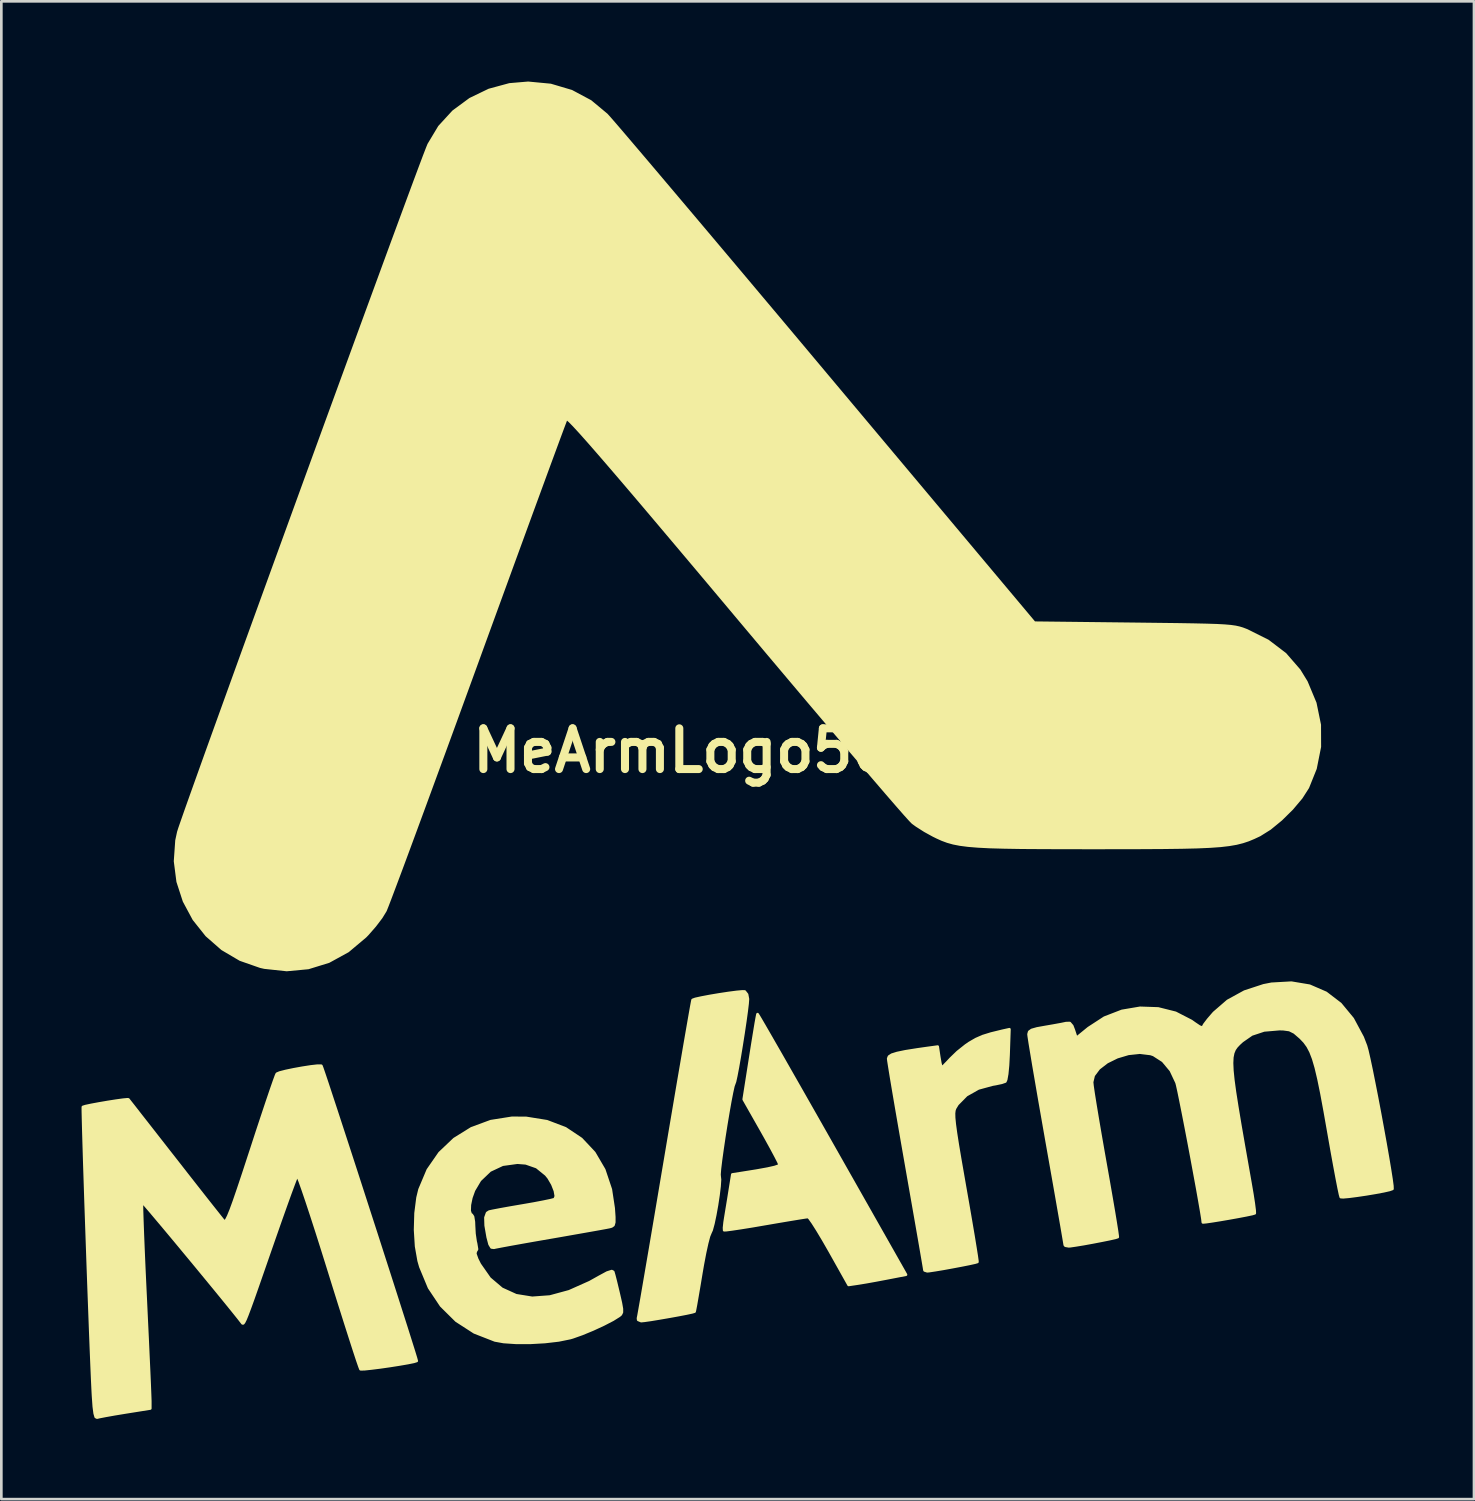
<source format=kicad_pcb>
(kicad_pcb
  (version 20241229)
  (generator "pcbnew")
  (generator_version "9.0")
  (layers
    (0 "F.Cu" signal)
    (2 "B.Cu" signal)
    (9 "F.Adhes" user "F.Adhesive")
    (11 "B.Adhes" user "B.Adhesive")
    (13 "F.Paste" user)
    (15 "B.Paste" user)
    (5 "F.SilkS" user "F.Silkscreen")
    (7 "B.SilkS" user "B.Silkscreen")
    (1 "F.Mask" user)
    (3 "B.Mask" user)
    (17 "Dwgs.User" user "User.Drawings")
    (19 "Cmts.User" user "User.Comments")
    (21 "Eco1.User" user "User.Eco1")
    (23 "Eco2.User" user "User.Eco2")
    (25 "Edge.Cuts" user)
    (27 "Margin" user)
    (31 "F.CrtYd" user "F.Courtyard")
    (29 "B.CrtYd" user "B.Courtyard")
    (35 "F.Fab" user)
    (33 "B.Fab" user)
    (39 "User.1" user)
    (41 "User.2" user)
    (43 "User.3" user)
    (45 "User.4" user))
  (footprint "MeArmLogo50mm"
    (layer "F.Cu")
    (at 24.499 25.026)
    (property "Reference" "MeArmLogo50mm" (at 0 0 0) (layer "F.SilkS") (effects (font (size 1.524 1.524) (thickness 0.3))))
    (attr through_hole)
    (fp_poly (pts (xy 6.337 19.6) (xy 5.603 19.742) (xy 5.221 19.814) (xy 4.86 19.879) (xy 4.582 19.925) (xy 4.53 19.933) (xy 4.191 19.983) (xy 3.478 18.712) (xy 3.239 18.296) (xy 3.024 17.937) (xy 2.848 17.66) (xy 2.725 17.487) (xy 2.675 17.441) (xy 2.567 17.455) (xy 2.32 17.494) (xy 1.963 17.553) (xy 1.524 17.627) (xy 1.076 17.704) (xy 0.593 17.787) (xy 0.17 17.855) (xy -0.165 17.905) (xy -0.385 17.934) (xy -0.463 17.937) (xy -0.467 17.844) (xy -0.445 17.638) (xy -0.421 17.484) (xy -0.37 17.172) (xy -0.306 16.784) (xy -0.254 16.456) (xy -0.157 15.852) (xy 0.196 15.797) (xy 0.753 15.708) (xy 1.156 15.635) (xy 1.423 15.575) (xy 1.568 15.525) (xy 1.609 15.485) (xy 1.569 15.389) (xy 1.459 15.173) (xy 1.293 14.863) (xy 1.085 14.486) (xy 0.939 14.226) (xy 0.268 13.044) (xy 0.517 11.459) (xy 0.595 10.964) (xy 0.666 10.529) (xy 0.723 10.183) (xy 0.765 9.95) (xy 0.784 9.857) (xy 0.785 9.856) (xy 0.829 9.925) (xy 0.949 10.128) (xy 1.139 10.456) (xy 1.391 10.894) (xy 1.7 11.431) (xy 2.056 12.056) (xy 2.455 12.755) (xy 2.889 13.518) (xy 3.351 14.331) (xy 3.571 14.719) (xy 6.337 19.6)) (stroke (width 0.1) (type solid)) (fill yes) (layer "F.SilkS"))
    (fp_poly (pts (xy 10.205 10.421) (xy 10.173 11.37) (xy 10.152 11.768) (xy 10.121 12.091) (xy 10.083 12.305) (xy 10.052 12.375) (xy 9.919 12.421) (xy 9.688 12.47) (xy 9.576 12.489) (xy 9.045 12.634) (xy 8.597 12.887) (xy 8.263 13.227) (xy 8.172 13.377) (xy 8.145 13.454) (xy 8.132 13.567) (xy 8.136 13.733) (xy 8.159 13.969) (xy 8.203 14.294) (xy 8.27 14.724) (xy 8.363 15.278) (xy 8.484 15.973) (xy 8.548 16.341) (xy 8.664 17.001) (xy 8.768 17.606) (xy 8.858 18.136) (xy 8.929 18.572) (xy 8.98 18.894) (xy 9.006 19.082) (xy 9.008 19.123) (xy 8.921 19.149) (xy 8.708 19.196) (xy 8.411 19.255) (xy 8.072 19.319) (xy 7.732 19.381) (xy 7.432 19.431) (xy 7.214 19.464) (xy 7.133 19.472) (xy 7.035 19.441) (xy 7.027 19.422) (xy 7.013 19.331) (xy 6.972 19.089) (xy 6.908 18.715) (xy 6.823 18.223) (xy 6.72 17.632) (xy 6.602 16.958) (xy 6.472 16.217) (xy 6.35 15.521) (xy 6.212 14.731) (xy 6.083 13.989) (xy 5.966 13.312) (xy 5.865 12.718) (xy 5.782 12.224) (xy 5.721 11.847) (xy 5.683 11.604) (xy 5.673 11.517) (xy 5.703 11.44) (xy 5.807 11.373) (xy 6.006 11.311) (xy 6.319 11.246) (xy 6.768 11.175) (xy 7.126 11.124) (xy 7.522 11.07) (xy 7.581 11.462) (xy 7.621 11.692) (xy 7.659 11.833) (xy 7.672 11.853) (xy 7.742 11.796) (xy 7.887 11.649) (xy 8.006 11.521) (xy 8.266 11.27) (xy 8.576 11.023) (xy 8.704 10.935) (xy 8.952 10.791) (xy 9.207 10.679) (xy 9.521 10.582) (xy 9.946 10.478) (xy 9.992 10.468) (xy 10.205 10.421)) (stroke (width 0.1) (type solid)) (fill yes) (layer "F.SilkS"))
    (fp_poly (pts (xy 0.424 9.29) (xy 0.411 9.465) (xy 0.376 9.758) (xy 0.324 10.136) (xy 0.26 10.566) (xy 0.189 11.016) (xy 0.117 11.454) (xy 0.048 11.849) (xy -0.013 12.167) (xy -0.059 12.377) (xy -0.084 12.446) (xy -0.119 12.543) (xy -0.171 12.777) (xy -0.237 13.117) (xy -0.31 13.531) (xy -0.387 13.99) (xy -0.461 14.46) (xy -0.528 14.913) (xy -0.584 15.316) (xy -0.623 15.639) (xy -0.64 15.85) (xy -0.635 15.917) (xy -0.621 16.044) (xy -0.637 16.294) (xy -0.677 16.626) (xy -0.733 16.997) (xy -0.799 17.366) (xy -0.868 17.692) (xy -0.933 17.931) (xy -0.981 18.037) (xy -1.032 18.161) (xy -1.101 18.422) (xy -1.181 18.788) (xy -1.265 19.229) (xy -1.322 19.561) (xy -1.399 20.025) (xy -1.468 20.427) (xy -1.522 20.738) (xy -1.559 20.931) (xy -1.571 20.981) (xy -1.658 21.007) (xy -1.872 21.053) (xy -2.173 21.111) (xy -2.521 21.174) (xy -2.875 21.235) (xy -3.195 21.288) (xy -3.44 21.323) (xy -3.568 21.336) (xy -3.678 21.29) (xy -3.685 21.23) (xy -3.665 21.131) (xy -3.62 20.878) (xy -3.551 20.486) (xy -3.462 19.968) (xy -3.354 19.337) (xy -3.229 18.607) (xy -3.091 17.793) (xy -2.941 16.906) (xy -2.782 15.962) (xy -2.66 15.24) (xy -2.496 14.264) (xy -2.339 13.338) (xy -2.193 12.475) (xy -2.058 11.689) (xy -1.939 10.992) (xy -1.836 10.399) (xy -1.753 9.922) (xy -1.692 9.576) (xy -1.654 9.373) (xy -1.643 9.324) (xy -1.543 9.287) (xy -1.317 9.237) (xy -1.007 9.178) (xy -0.657 9.119) (xy -0.308 9.066) (xy -0.002 9.026) (xy 0.218 9.006) (xy 0.306 9.009) (xy 0.392 9.118) (xy 0.424 9.29)) (stroke (width 0.1) (type solid)) (fill yes) (layer "F.SilkS"))
    (fp_poly (pts (xy -4.29 20.878) (xy -4.29 21.008) (xy -4.329 21.087) (xy -4.384 21.135) (xy -4.623 21.285) (xy -4.969 21.464) (xy -5.371 21.65) (xy -5.775 21.817) (xy -6.13 21.943) (xy -6.223 21.97) (xy -6.651 22.057) (xy -7.165 22.117) (xy -7.713 22.148) (xy -8.245 22.148) (xy -8.71 22.117) (xy -9.037 22.058) (xy -9.808 21.757) (xy -10.483 21.321) (xy -11.05 20.76) (xy -11.5 20.086) (xy -11.824 19.307) (xy -11.889 19.08) (xy -11.984 18.54) (xy -12.022 17.924) (xy -12.004 17.296) (xy -11.931 16.722) (xy -11.856 16.413) (xy -11.547 15.681) (xy -11.109 15.049) (xy -10.559 14.527) (xy -9.915 14.127) (xy -9.192 13.86) (xy -8.407 13.736) (xy -7.876 13.737) (xy -7.093 13.863) (xy -6.4 14.127) (xy -5.807 14.523) (xy -5.321 15.041) (xy -4.951 15.673) (xy -4.704 16.41) (xy -4.598 17.111) (xy -4.575 17.442) (xy -4.575 17.641) (xy -4.604 17.747) (xy -4.672 17.795) (xy -4.75 17.817) (xy -4.889 17.844) (xy -5.169 17.895) (xy -5.563 17.965) (xy -6.046 18.05) (xy -6.591 18.146) (xy -6.943 18.207) (xy -7.509 18.305) (xy -8.024 18.396) (xy -8.464 18.475) (xy -8.802 18.538) (xy -9.015 18.579) (xy -9.073 18.592) (xy -9.166 18.581) (xy -9.237 18.463) (xy -9.304 18.208) (xy -9.306 18.202) (xy -9.382 17.763) (xy -9.391 17.464) (xy -9.33 17.292) (xy -9.25 17.241) (xy -9.114 17.212) (xy -8.847 17.161) (xy -8.486 17.096) (xy -8.068 17.024) (xy -8.001 17.013) (xy -7.583 16.94) (xy -7.222 16.871) (xy -6.954 16.815) (xy -6.811 16.778) (xy -6.802 16.774) (xy -6.758 16.665) (xy -6.793 16.464) (xy -6.889 16.219) (xy -7.029 15.979) (xy -7.126 15.859) (xy -7.475 15.576) (xy -7.881 15.434) (xy -8.198 15.409) (xy -8.75 15.485) (xy -9.221 15.706) (xy -9.597 16.065) (xy -9.823 16.446) (xy -9.921 16.72) (xy -9.977 16.99) (xy -9.985 17.213) (xy -9.943 17.341) (xy -9.906 17.357) (xy -9.857 17.433) (xy -9.826 17.626) (xy -9.821 17.759) (xy -9.804 18.07) (xy -9.762 18.358) (xy -9.744 18.432) (xy -9.708 18.65) (xy -9.758 18.733) (xy -9.773 18.818) (xy -9.703 19.016) (xy -9.605 19.212) (xy -9.234 19.742) (xy -8.778 20.129) (xy -8.246 20.371) (xy -7.644 20.468) (xy -6.979 20.419) (xy -6.259 20.223) (xy -5.49 19.88) (xy -5.14 19.684) (xy -4.843 19.523) (xy -4.668 19.467) (xy -4.613 19.496) (xy -4.577 19.622) (xy -4.514 19.868) (xy -4.437 20.188) (xy -4.407 20.313) (xy -4.328 20.659) (xy -4.29 20.878)) (stroke (width 0.1) (type solid)) (fill yes) (layer "F.SilkS"))
    (fp_poly (pts (xy -11.963 22.826) (xy -12.068 22.859) (xy -12.296 22.905) (xy -12.609 22.959) (xy -12.966 23.015) (xy -13.329 23.067) (xy -13.657 23.108) (xy -13.91 23.135) (xy -14.05 23.139) (xy -14.065 23.135) (xy -14.101 23.043) (xy -14.183 22.806) (xy -14.303 22.441) (xy -14.457 21.963) (xy -14.64 21.39) (xy -14.846 20.738) (xy -15.07 20.023) (xy -15.248 19.45) (xy -15.481 18.705) (xy -15.7 18.014) (xy -15.901 17.393) (xy -16.077 16.859) (xy -16.224 16.427) (xy -16.336 16.112) (xy -16.409 15.932) (xy -16.434 15.894) (xy -16.476 15.987) (xy -16.566 16.221) (xy -16.698 16.577) (xy -16.863 17.036) (xy -17.056 17.579) (xy -17.269 18.187) (xy -17.434 18.66) (xy -17.695 19.411) (xy -17.906 20.017) (xy -18.073 20.492) (xy -18.203 20.851) (xy -18.3 21.109) (xy -18.37 21.28) (xy -18.42 21.379) (xy -18.453 21.421) (xy -18.477 21.421) (xy -18.484 21.414) (xy -18.629 21.227) (xy -18.852 20.949) (xy -19.139 20.595) (xy -19.474 20.185) (xy -19.843 19.736) (xy -20.23 19.266) (xy -20.622 18.793) (xy -21.002 18.334) (xy -21.357 17.909) (xy -21.672 17.534) (xy -21.931 17.227) (xy -22.12 17.007) (xy -22.224 16.891) (xy -22.24 16.878) (xy -22.243 16.967) (xy -22.239 17.207) (xy -22.227 17.582) (xy -22.209 18.073) (xy -22.185 18.662) (xy -22.156 19.333) (xy -22.122 20.067) (xy -22.101 20.5) (xy -22.065 21.272) (xy -22.03 22) (xy -22 22.663) (xy -21.973 23.244) (xy -21.952 23.722) (xy -21.938 24.079) (xy -21.93 24.296) (xy -21.929 24.346) (xy -21.929 24.605) (xy -22.871 24.755) (xy -23.259 24.819) (xy -23.59 24.878) (xy -23.824 24.923) (xy -23.919 24.946) (xy -23.968 24.921) (xy -24.006 24.791) (xy -24.039 24.538) (xy -24.067 24.143) (xy -24.08 23.902) (xy -24.099 23.505) (xy -24.121 22.993) (xy -24.146 22.384) (xy -24.173 21.695) (xy -24.201 20.944) (xy -24.231 20.148) (xy -24.261 19.325) (xy -24.29 18.49) (xy -24.319 17.662) (xy -24.347 16.858) (xy -24.372 16.095) (xy -24.395 15.39) (xy -24.414 14.761) (xy -24.43 14.225) (xy -24.441 13.799) (xy -24.448 13.5) (xy -24.449 13.345) (xy -24.447 13.327) (xy -24.352 13.297) (xy -24.136 13.251) (xy -23.844 13.197) (xy -23.519 13.141) (xy -23.204 13.092) (xy -22.943 13.056) (xy -22.78 13.041) (xy -22.747 13.045) (xy -22.69 13.118) (xy -22.54 13.308) (xy -22.312 13.601) (xy -22.016 13.979) (xy -21.666 14.427) (xy -21.274 14.929) (xy -20.997 15.282) (xy -20.58 15.816) (xy -20.193 16.31) (xy -19.849 16.748) (xy -19.561 17.112) (xy -19.343 17.387) (xy -19.208 17.556) (xy -19.171 17.601) (xy -19.134 17.608) (xy -19.083 17.549) (xy -19.013 17.412) (xy -18.919 17.182) (xy -18.796 16.846) (xy -18.64 16.391) (xy -18.444 15.804) (xy -18.204 15.07) (xy -18.159 14.934) (xy -17.946 14.279) (xy -17.746 13.675) (xy -17.568 13.141) (xy -17.417 12.696) (xy -17.3 12.359) (xy -17.223 12.149) (xy -17.194 12.085) (xy -17.087 12.04) (xy -16.862 11.982) (xy -16.564 11.92) (xy -16.238 11.861) (xy -15.929 11.813) (xy -15.683 11.785) (xy -15.544 11.784) (xy -15.53 11.789) (xy -15.497 11.875) (xy -15.418 12.105) (xy -15.298 12.463) (xy -15.143 12.935) (xy -14.956 13.503) (xy -14.744 14.153) (xy -14.511 14.867) (xy -14.263 15.63) (xy -14.005 16.427) (xy -13.742 17.241) (xy -13.478 18.056) (xy -13.221 18.856) (xy -12.973 19.626) (xy -12.741 20.35) (xy -12.53 21.011) (xy -12.344 21.593) (xy -12.19 22.082) (xy -12.071 22.46) (xy -11.994 22.712) (xy -11.964 22.823) (xy -11.963 22.826)) (stroke (width 0.1) (type solid)) (fill yes) (layer "F.SilkS"))
    (fp_poly (pts (xy 24.532 16.389) (xy 24.531 16.392) (xy 24.427 16.429) (xy 24.202 16.48) (xy 23.896 16.537) (xy 23.55 16.595) (xy 23.206 16.646) (xy 22.906 16.685) (xy 22.69 16.704) (xy 22.6 16.698) (xy 22.573 16.601) (xy 22.522 16.36) (xy 22.451 15.996) (xy 22.364 15.53) (xy 22.265 14.985) (xy 22.159 14.383) (xy 22.146 14.309) (xy 22.002 13.491) (xy 21.878 12.822) (xy 21.768 12.284) (xy 21.667 11.857) (xy 21.569 11.523) (xy 21.469 11.263) (xy 21.362 11.06) (xy 21.241 10.893) (xy 21.101 10.746) (xy 21.086 10.732) (xy 20.866 10.542) (xy 20.678 10.448) (xy 20.443 10.416) (xy 20.302 10.414) (xy 19.73 10.463) (xy 19.271 10.615) (xy 18.911 10.865) (xy 18.797 10.97) (xy 18.703 11.069) (xy 18.628 11.176) (xy 18.574 11.306) (xy 18.541 11.471) (xy 18.531 11.686) (xy 18.543 11.965) (xy 18.579 12.322) (xy 18.64 12.77) (xy 18.727 13.324) (xy 18.839 13.997) (xy 18.979 14.804) (xy 19.147 15.757) (xy 19.224 16.194) (xy 19.293 16.599) (xy 19.345 16.94) (xy 19.376 17.184) (xy 19.382 17.3) (xy 19.38 17.304) (xy 19.288 17.331) (xy 19.074 17.376) (xy 18.777 17.433) (xy 18.438 17.494) (xy 18.095 17.553) (xy 17.789 17.602) (xy 17.56 17.635) (xy 17.447 17.645) (xy 17.441 17.643) (xy 17.426 17.51) (xy 17.382 17.238) (xy 17.315 16.851) (xy 17.231 16.376) (xy 17.132 15.839) (xy 17.026 15.265) (xy 16.916 14.68) (xy 16.807 14.111) (xy 16.704 13.583) (xy 16.612 13.123) (xy 16.537 12.755) (xy 16.482 12.507) (xy 16.458 12.417) (xy 16.243 11.961) (xy 15.947 11.606) (xy 15.596 11.38) (xy 15.484 11.343) (xy 15.083 11.294) (xy 14.656 11.339) (xy 14.237 11.464) (xy 13.858 11.651) (xy 13.554 11.885) (xy 13.356 12.149) (xy 13.297 12.398) (xy 13.312 12.543) (xy 13.354 12.832) (xy 13.42 13.244) (xy 13.505 13.756) (xy 13.606 14.348) (xy 13.719 14.997) (xy 13.792 15.409) (xy 13.909 16.069) (xy 14.014 16.674) (xy 14.105 17.205) (xy 14.177 17.641) (xy 14.228 17.963) (xy 14.254 18.152) (xy 14.257 18.193) (xy 14.167 18.222) (xy 13.953 18.27) (xy 13.656 18.33) (xy 13.318 18.395) (xy 12.982 18.456) (xy 12.689 18.504) (xy 12.482 18.534) (xy 12.425 18.538) (xy 12.299 18.516) (xy 12.277 18.488) (xy 12.262 18.397) (xy 12.221 18.155) (xy 12.157 17.78) (xy 12.071 17.288) (xy 11.968 16.697) (xy 11.85 16.024) (xy 11.719 15.284) (xy 11.599 14.605) (xy 11.461 13.817) (xy 11.331 13.076) (xy 11.215 12.4) (xy 11.113 11.806) (xy 11.031 11.312) (xy 10.969 10.935) (xy 10.932 10.693) (xy 10.922 10.607) (xy 10.946 10.515) (xy 11.039 10.448) (xy 11.236 10.392) (xy 11.536 10.338) (xy 11.865 10.281) (xy 12.149 10.229) (xy 12.327 10.192) (xy 12.331 10.191) (xy 12.464 10.19) (xy 12.554 10.295) (xy 12.612 10.446) (xy 12.711 10.746) (xy 13.163 10.377) (xy 13.761 9.988) (xy 14.413 9.736) (xy 15.092 9.621) (xy 15.77 9.644) (xy 16.419 9.807) (xy 17.012 10.112) (xy 17.135 10.2) (xy 17.315 10.321) (xy 17.425 10.362) (xy 17.441 10.346) (xy 17.495 10.245) (xy 17.636 10.059) (xy 17.836 9.827) (xy 17.86 9.801) (xy 18.371 9.359) (xy 19 9.014) (xy 19.714 8.78) (xy 20.01 8.722) (xy 20.752 8.68) (xy 21.433 8.794) (xy 22.047 9.06) (xy 22.587 9.473) (xy 23.046 10.028) (xy 23.418 10.722) (xy 23.541 11.04) (xy 23.591 11.219) (xy 23.661 11.525) (xy 23.748 11.935) (xy 23.846 12.424) (xy 23.953 12.968) (xy 24.062 13.542) (xy 24.169 14.124) (xy 24.271 14.687) (xy 24.362 15.209) (xy 24.438 15.664) (xy 24.495 16.028) (xy 24.528 16.278) (xy 24.532 16.389)) (stroke (width 0.1) (type solid)) (fill yes) (layer "F.SilkS"))
    (fp_poly (pts (xy 21.814 -0.144) (xy 21.652 0.668) (xy 21.367 1.377) (xy 21.123 1.758) (xy 20.775 2.171) (xy 20.369 2.572) (xy 19.951 2.915) (xy 19.566 3.156) (xy 19.557 3.16) (xy 19.346 3.259) (xy 19.142 3.344) (xy 18.931 3.414) (xy 18.697 3.473) (xy 18.426 3.52) (xy 18.101 3.558) (xy 17.709 3.586) (xy 17.233 3.607) (xy 16.66 3.621) (xy 15.973 3.63) (xy 15.157 3.635) (xy 14.199 3.637) (xy 13.42 3.638) (xy 12.352 3.637) (xy 11.438 3.634) (xy 10.664 3.629) (xy 10.014 3.618) (xy 9.474 3.603) (xy 9.028 3.58) (xy 8.662 3.55) (xy 8.36 3.511) (xy 8.108 3.462) (xy 7.89 3.401) (xy 7.692 3.328) (xy 7.499 3.241) (xy 7.355 3.17) (xy 7.039 2.996) (xy 6.732 2.8) (xy 6.589 2.696) (xy 6.495 2.6) (xy 6.299 2.383) (xy 6.009 2.052) (xy 5.632 1.617) (xy 5.176 1.086) (xy 4.646 0.467) (xy 4.052 -0.231) (xy 3.399 -1) (xy 2.695 -1.831) (xy 1.948 -2.716) (xy 1.164 -3.646) (xy 0.351 -4.613) (xy -0.01 -5.043) (xy -1.04 -6.27) (xy -1.967 -7.371) (xy -2.793 -8.35) (xy -3.522 -9.212) (xy -4.159 -9.961) (xy -4.707 -10.601) (xy -5.17 -11.137) (xy -5.551 -11.573) (xy -5.855 -11.914) (xy -6.084 -12.163) (xy -6.244 -12.326) (xy -6.337 -12.406) (xy -6.367 -12.413) (xy -6.404 -12.319) (xy -6.496 -12.075) (xy -6.638 -11.693) (xy -6.826 -11.183) (xy -7.058 -10.554) (xy -7.328 -9.817) (xy -7.634 -8.983) (xy -7.971 -8.061) (xy -8.336 -7.062) (xy -8.725 -5.996) (xy -9.135 -4.873) (xy -9.561 -3.704) (xy -9.689 -3.351) (xy -10.122 -2.163) (xy -10.541 -1.014) (xy -10.943 0.085) (xy -11.324 1.123) (xy -11.679 2.09) (xy -12.005 2.975) (xy -12.298 3.768) (xy -12.554 4.458) (xy -12.77 5.034) (xy -12.94 5.485) (xy -13.061 5.801) (xy -13.129 5.971) (xy -13.138 5.99) (xy -13.29 6.238) (xy -13.524 6.546) (xy -13.797 6.859) (xy -13.885 6.95) (xy -14.535 7.496) (xy -15.251 7.889) (xy -16.019 8.126) (xy -16.825 8.202) (xy -17.656 8.113) (xy -17.811 8.078) (xy -18.563 7.815) (xy -19.237 7.418) (xy -19.82 6.908) (xy -20.3 6.305) (xy -20.664 5.628) (xy -20.901 4.899) (xy -20.999 4.136) (xy -20.945 3.36) (xy -20.877 3.045) (xy -20.832 2.903) (xy -20.732 2.614) (xy -20.582 2.186) (xy -20.385 1.632) (xy -20.145 0.961) (xy -19.867 0.184) (xy -19.553 -0.688) (xy -19.207 -1.646) (xy -18.835 -2.677) (xy -18.439 -3.772) (xy -18.023 -4.919) (xy -17.591 -6.109) (xy -17.147 -7.331) (xy -16.695 -8.574) (xy -16.239 -9.827) (xy -15.783 -11.08) (xy -15.33 -12.323) (xy -14.884 -13.544) (xy -14.449 -14.733) (xy -14.03 -15.88) (xy -13.629 -16.973) (xy -13.251 -18.003) (xy -12.9 -18.959) (xy -12.579 -19.829) (xy -12.293 -20.604) (xy -12.045 -21.273) (xy -11.839 -21.825) (xy -11.679 -22.25) (xy -11.568 -22.537) (xy -11.513 -22.673) (xy -11.116 -23.334) (xy -10.593 -23.904) (xy -9.965 -24.367) (xy -9.257 -24.709) (xy -8.491 -24.917) (xy -7.795 -24.976) (xy -6.954 -24.896) (xy -6.172 -24.664) (xy -5.463 -24.285) (xy -4.861 -23.784) (xy -4.758 -23.67) (xy -4.553 -23.434) (xy -4.253 -23.084) (xy -3.863 -22.626) (xy -3.39 -22.07) (xy -2.842 -21.423) (xy -2.224 -20.692) (xy -1.542 -19.885) (xy -0.804 -19.01) (xy -0.016 -18.075) (xy 0.815 -17.087) (xy 1.684 -16.054) (xy 2.583 -14.983) (xy 3.346 -14.073) (xy 11.139 -4.784) (xy 14.862 -4.741) (xy 15.753 -4.73) (xy 16.492 -4.721) (xy 17.095 -4.711) (xy 17.579 -4.7) (xy 17.961 -4.688) (xy 18.257 -4.672) (xy 18.485 -4.652) (xy 18.661 -4.627) (xy 18.802 -4.596) (xy 18.925 -4.559) (xy 19.046 -4.513) (xy 19.092 -4.495) (xy 19.872 -4.105) (xy 20.521 -3.611) (xy 21.046 -3.006) (xy 21.314 -2.569) (xy 21.644 -1.778) (xy 21.811 -0.965) (xy 21.814 -0.144)) (stroke (width 0.1) (type solid)) (fill yes) (layer "F.SilkS")))
  (gr_rect
    (start -3 -3)
    (end 52.081 53.022)
    (stroke (width 0.1) (type default))
    (fill no)
    (layer "Edge.Cuts")))
</source>
